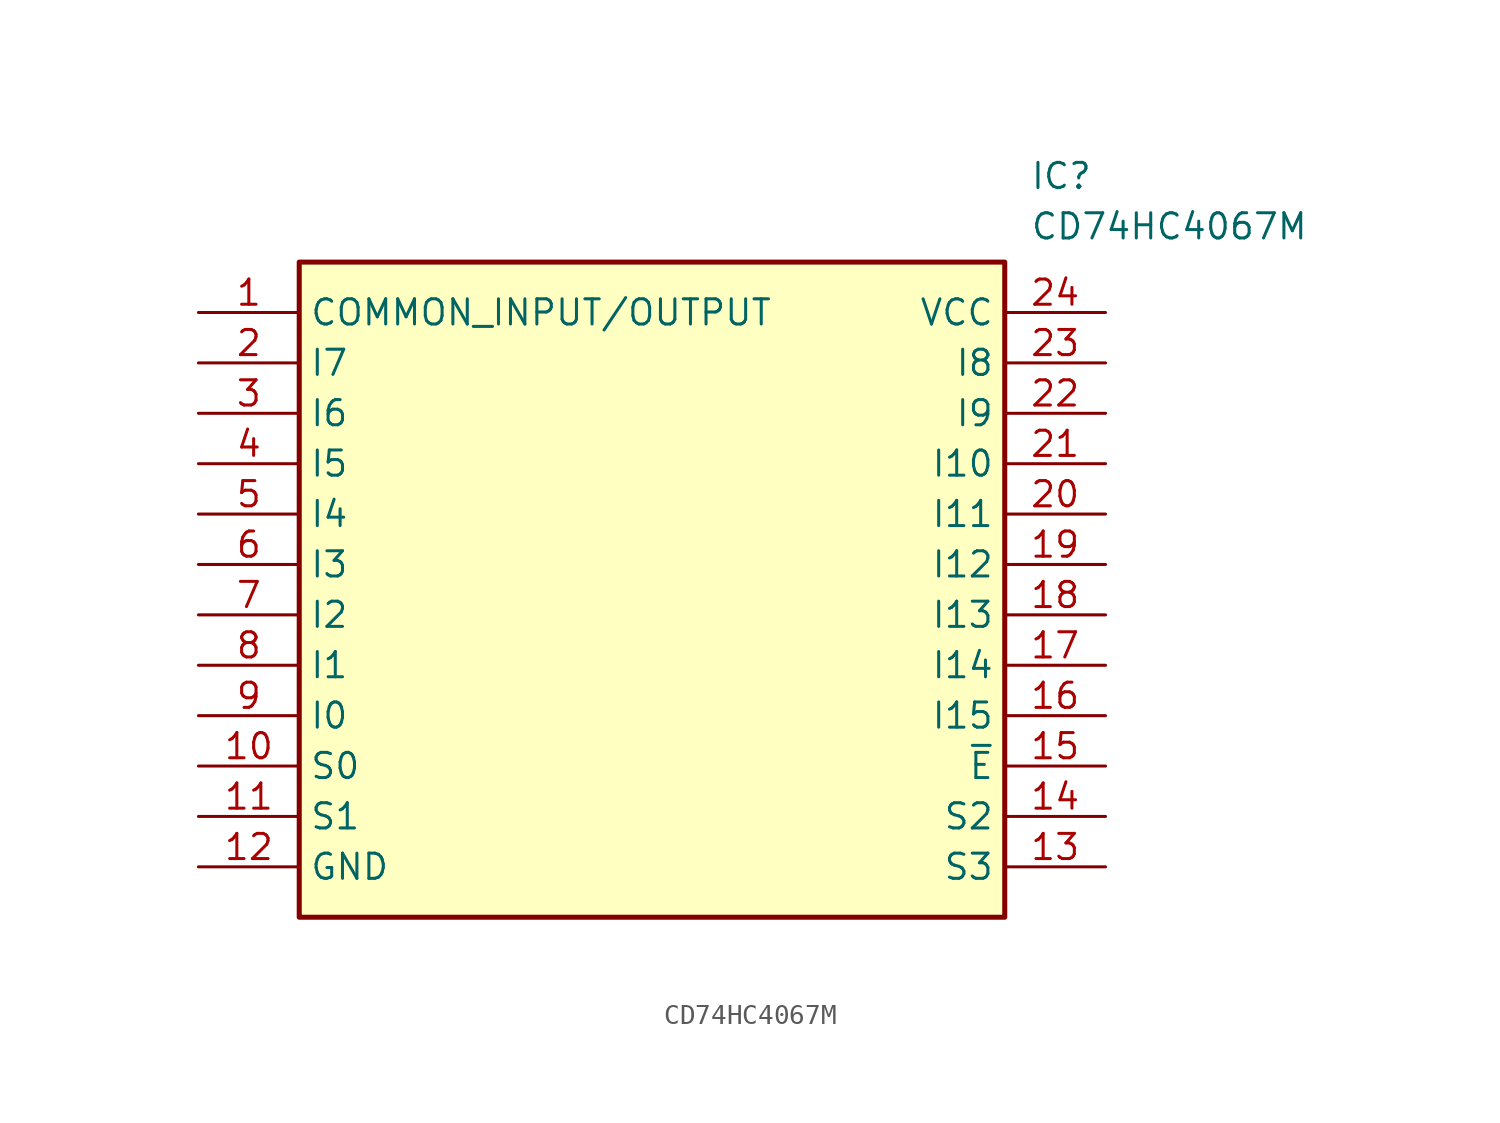
<source format=kicad_sym>
(kicad_symbol_lib
  (version 20220914)
  (generator kicad_symbol_editor)
  (symbol "CD74HC4067M"
    (property "Reference" "IC"
      (at 41.91 7.62 0)
      (effects (font (size 1.27 1.27)) (justify left top)))
    (property "Value" "CD74HC4067M"
      (at 41.91 5.08 0)
      (effects (font (size 1.27 1.27)) (justify left top)))
    (symbol "CD74HC4067M_1_1"
      (rectangle (start 5.08 2.54) (end 40.64 -30.48) (stroke (width 0.254) (type default)) (fill (type background)))
      (pin passive line (at 0 0 0) (length 5.08) (name "COMMON_INPUT/OUTPUT" (effects (font (size 1.27 1.27)))) (number "1" (effects (font (size 1.27 1.27)))))
      (pin passive line (at 0 -22.86 0) (length 5.08) (name "S0" (effects (font (size 1.27 1.27)))) (number "10" (effects (font (size 1.27 1.27)))))
      (pin passive line (at 0 -25.4 0) (length 5.08) (name "S1" (effects (font (size 1.27 1.27)))) (number "11" (effects (font (size 1.27 1.27)))))
      (pin passive line (at 0 -27.94 0) (length 5.08) (name "GND" (effects (font (size 1.27 1.27)))) (number "12" (effects (font (size 1.27 1.27)))))
      (pin passive line (at 45.72 -27.94 180) (length 5.08) (name "S3" (effects (font (size 1.27 1.27)))) (number "13" (effects (font (size 1.27 1.27)))))
      (pin passive line (at 45.72 -25.4 180) (length 5.08) (name "S2" (effects (font (size 1.27 1.27)))) (number "14" (effects (font (size 1.27 1.27)))))
      (pin passive line (at 45.72 -22.86 180) (length 5.08) (name "~{E}" (effects (font (size 1.27 1.27)))) (number "15" (effects (font (size 1.27 1.27)))))
      (pin passive line (at 45.72 -20.32 180) (length 5.08) (name "I15" (effects (font (size 1.27 1.27)))) (number "16" (effects (font (size 1.27 1.27)))))
      (pin passive line (at 45.72 -17.78 180) (length 5.08) (name "I14" (effects (font (size 1.27 1.27)))) (number "17" (effects (font (size 1.27 1.27)))))
      (pin passive line (at 45.72 -15.24 180) (length 5.08) (name "I13" (effects (font (size 1.27 1.27)))) (number "18" (effects (font (size 1.27 1.27)))))
      (pin passive line (at 45.72 -12.7 180) (length 5.08) (name "I12" (effects (font (size 1.27 1.27)))) (number "19" (effects (font (size 1.27 1.27)))))
      (pin passive line (at 0 -2.54 0) (length 5.08) (name "I7" (effects (font (size 1.27 1.27)))) (number "2" (effects (font (size 1.27 1.27)))))
      (pin passive line (at 45.72 -10.16 180) (length 5.08) (name "I11" (effects (font (size 1.27 1.27)))) (number "20" (effects (font (size 1.27 1.27)))))
      (pin passive line (at 45.72 -7.62 180) (length 5.08) (name "I10" (effects (font (size 1.27 1.27)))) (number "21" (effects (font (size 1.27 1.27)))))
      (pin passive line (at 45.72 -5.08 180) (length 5.08) (name "I9" (effects (font (size 1.27 1.27)))) (number "22" (effects (font (size 1.27 1.27)))))
      (pin passive line (at 45.72 -2.54 180) (length 5.08) (name "I8" (effects (font (size 1.27 1.27)))) (number "23" (effects (font (size 1.27 1.27)))))
      (pin passive line (at 45.72 0 180) (length 5.08) (name "VCC" (effects (font (size 1.27 1.27)))) (number "24" (effects (font (size 1.27 1.27)))))
      (pin passive line (at 0 -5.08 0) (length 5.08) (name "I6" (effects (font (size 1.27 1.27)))) (number "3" (effects (font (size 1.27 1.27)))))
      (pin passive line (at 0 -7.62 0) (length 5.08) (name "I5" (effects (font (size 1.27 1.27)))) (number "4" (effects (font (size 1.27 1.27)))))
      (pin passive line (at 0 -10.16 0) (length 5.08) (name "I4" (effects (font (size 1.27 1.27)))) (number "5" (effects (font (size 1.27 1.27)))))
      (pin passive line (at 0 -12.7 0) (length 5.08) (name "I3" (effects (font (size 1.27 1.27)))) (number "6" (effects (font (size 1.27 1.27)))))
      (pin passive line (at 0 -15.24 0) (length 5.08) (name "I2" (effects (font (size 1.27 1.27)))) (number "7" (effects (font (size 1.27 1.27)))))
      (pin passive line (at 0 -17.78 0) (length 5.08) (name "I1" (effects (font (size 1.27 1.27)))) (number "8" (effects (font (size 1.27 1.27)))))
      (pin passive line (at 0 -20.32 0) (length 5.08) (name "I0" (effects (font (size 1.27 1.27)))) (number "9" (effects (font (size 1.27 1.27))))))))
</source>
